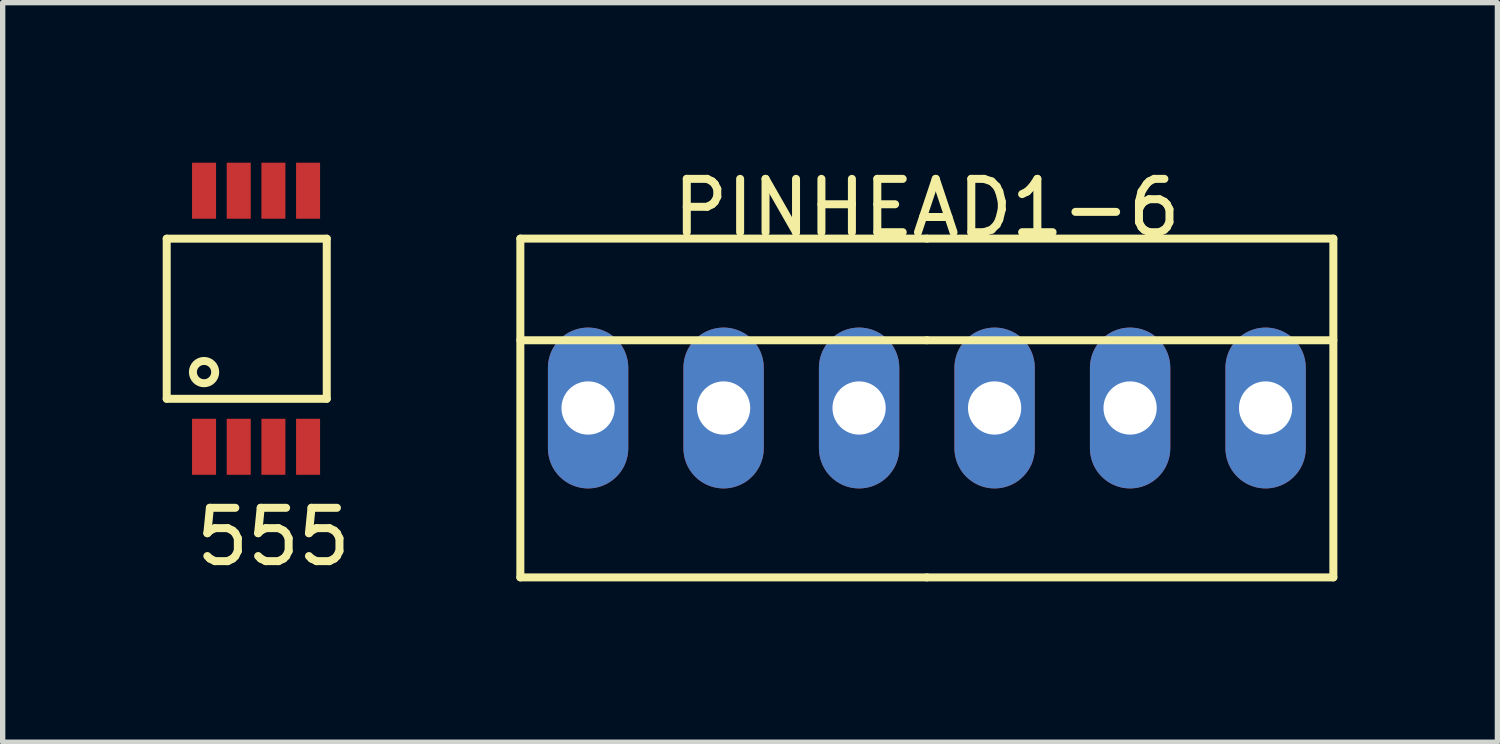
<source format=kicad_pcb>
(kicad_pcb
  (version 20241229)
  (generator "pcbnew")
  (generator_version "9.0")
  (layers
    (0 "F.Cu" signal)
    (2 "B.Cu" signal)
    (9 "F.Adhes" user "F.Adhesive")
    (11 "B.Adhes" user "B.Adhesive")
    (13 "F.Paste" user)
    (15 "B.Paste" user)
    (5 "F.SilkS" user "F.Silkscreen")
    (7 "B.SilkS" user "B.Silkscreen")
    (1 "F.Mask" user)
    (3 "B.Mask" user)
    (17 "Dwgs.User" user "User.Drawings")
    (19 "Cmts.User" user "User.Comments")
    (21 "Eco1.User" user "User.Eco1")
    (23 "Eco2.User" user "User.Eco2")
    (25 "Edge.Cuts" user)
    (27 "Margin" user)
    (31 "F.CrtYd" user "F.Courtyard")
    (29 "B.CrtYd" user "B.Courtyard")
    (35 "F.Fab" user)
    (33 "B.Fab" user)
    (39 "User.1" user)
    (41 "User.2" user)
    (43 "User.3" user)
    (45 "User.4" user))
  (footprint "PINHEAD1-6"
    (layer "F.Cu")
    (at 14.324 4.598)
    (property "Reference" "PINHEAD1-6" (at 0 -3.75 0) (layer "F.SilkS") (effects (font (size 1 1) (thickness 0.15))))
    (attr exclude_from_pos_files exclude_from_bom)
    (fp_line (start -7.62 -3.175) (end -7.62 3.175) (stroke (width 0.15) (type solid)) (layer "F.SilkS"))
    (fp_line (start -7.62 -3.175) (end 0 -3.175) (stroke (width 0.15) (type solid)) (layer "F.SilkS"))
    (fp_line (start 0 -3.175) (end 7.62 -3.175) (stroke (width 0.15) (type solid)) (layer "F.SilkS"))
    (fp_line (start 0 -1.27) (end -7.62 -1.27) (stroke (width 0.15) (type solid)) (layer "F.SilkS"))
    (fp_line (start 0 -1.27) (end 7.62 -1.27) (stroke (width 0.15) (type solid)) (layer "F.SilkS"))
    (fp_line (start 0 3.175) (end -7.62 3.175) (stroke (width 0.15) (type solid)) (layer "F.SilkS"))
    (fp_line (start 0 3.175) (end 7.62 3.175) (stroke (width 0.15) (type solid)) (layer "F.SilkS"))
    (fp_line (start 7.62 -3.175) (end 7.62 3.175) (stroke (width 0.15) (type solid)) (layer "F.SilkS"))
    (pad "1" thru_hole oval (at -6.35 0) (size 1.506 3.015) (drill 0.998) (layers "*.Cu" "*.Mask"))
    (pad "2" thru_hole oval (at -3.81 0) (size 1.506 3.015) (drill 0.998) (layers "*.Cu" "*.Mask"))
    (pad "3" thru_hole oval (at -1.27 0) (size 1.506 3.015) (drill 0.998) (layers "*.Cu" "*.Mask"))
    (pad "4" thru_hole oval (at 1.27 0) (size 1.506 3.015) (drill 0.998) (layers "*.Cu" "*.Mask"))
    (pad "5" thru_hole oval (at 3.81 0) (size 1.506 3.015) (drill 0.998) (layers "*.Cu" "*.Mask"))
    (pad "6" thru_hole oval (at 6.35 0) (size 1.506 3.015) (drill 0.998) (layers "*.Cu" "*.Mask")))
  (footprint "555"
    (layer "F.Cu")
    (at 2.075 2.925)
    (property "Reference" "555" (at 0 4.089 0) (layer "F.SilkS") (effects (font (size 1 1) (thickness 0.15))))
    (attr through_hole)
    (fp_line (start -2 -1.501) (end 1 -1.501) (stroke (width 0.15) (type solid)) (layer "F.SilkS"))
    (fp_line (start -2 -1.5) (end -2 1.5) (stroke (width 0.15) (type solid)) (layer "F.SilkS"))
    (fp_line (start -2 1.5) (end 1 1.5) (stroke (width 0.15) (type solid)) (layer "F.SilkS"))
    (fp_line (start 1 -1.5) (end 1 1.5) (stroke (width 0.15) (type solid)) (layer "F.SilkS"))
    (fp_circle (center -1.3 1) (end -1.509 1) (stroke (width 0.15) (type solid)) (fill no) (layer "F.SilkS"))
    (pad "1" smd rect (at -1.3 2.4) (size 0.45 1.05) (layers "F.Cu" "F.Mask" "F.Paste"))
    (pad "2" smd rect (at -0.65 2.4) (size 0.45 1.05) (layers "F.Cu" "F.Mask" "F.Paste"))
    (pad "3" smd rect (at 0 2.4) (size 0.45 1.05) (layers "F.Cu" "F.Mask" "F.Paste"))
    (pad "4" smd rect (at 0.65 2.4) (size 0.45 1.05) (layers "F.Cu" "F.Mask" "F.Paste"))
    (pad "5" smd rect (at 0.65 -2.4) (size 0.45 1.05) (layers "F.Cu" "F.Mask" "F.Paste"))
    (pad "6" smd rect (at 0 -2.4) (size 0.45 1.05) (layers "F.Cu" "F.Mask" "F.Paste"))
    (pad "7" smd rect (at -0.65 -2.4) (size 0.45 1.05) (layers "F.Cu" "F.Mask" "F.Paste"))
    (pad "8" smd rect (at -1.3 -2.4) (size 0.45 1.05) (layers "F.Cu" "F.Mask" "F.Paste")))
  (gr_rect
    (start -3 -3)
    (end 25.019 10.863)
    (stroke (width 0.1) (type default))
    (fill no)
    (layer "Edge.Cuts")))
</source>
